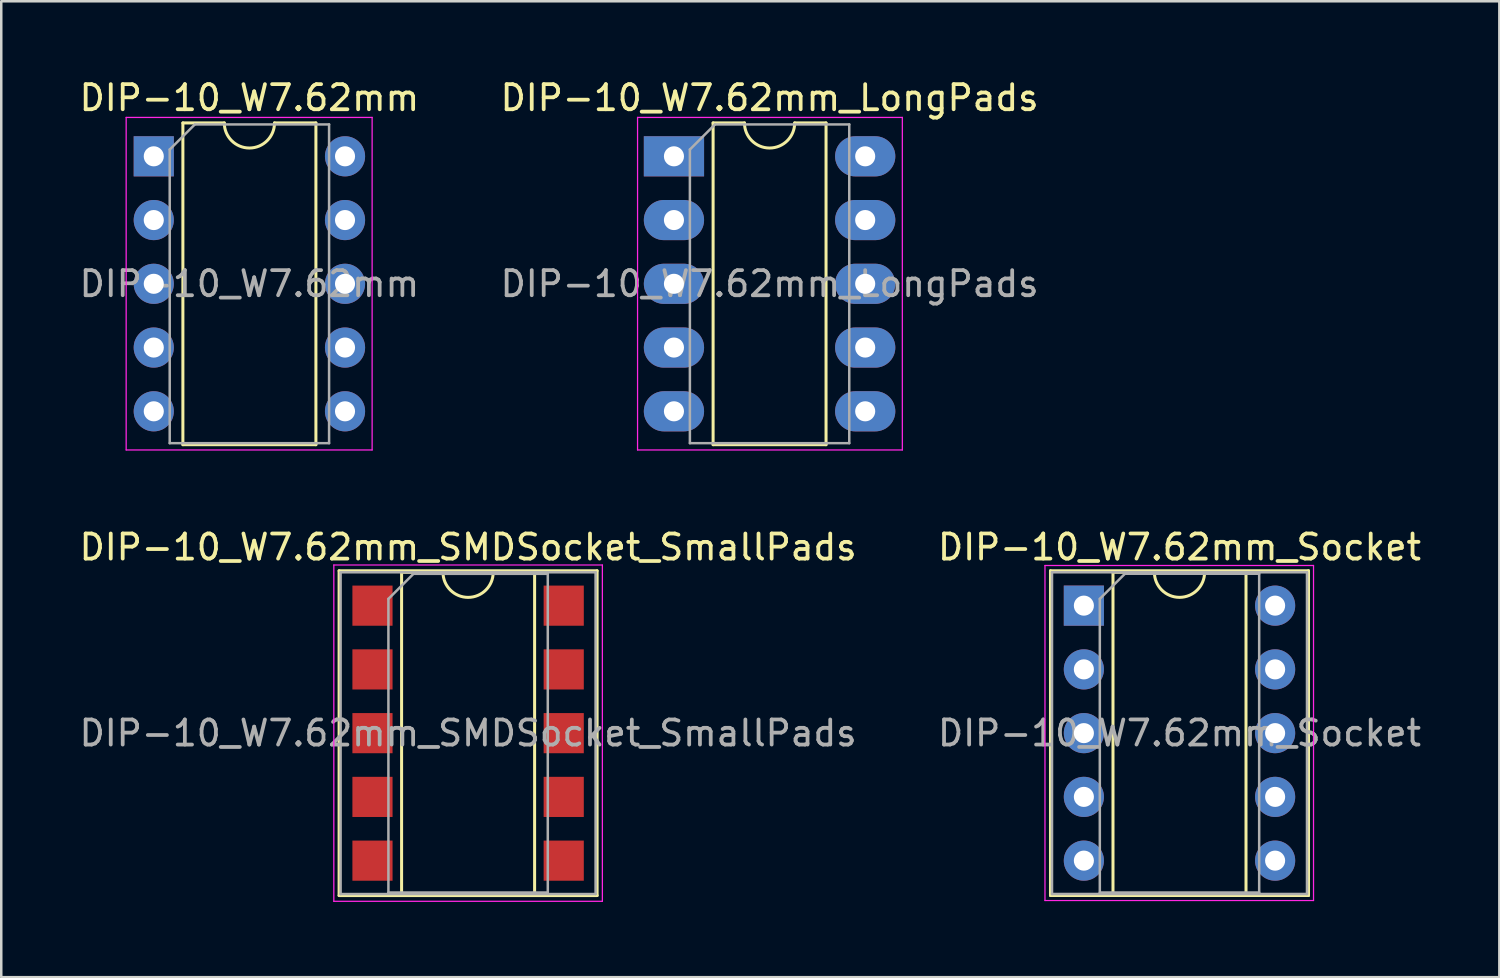
<source format=kicad_pcb>
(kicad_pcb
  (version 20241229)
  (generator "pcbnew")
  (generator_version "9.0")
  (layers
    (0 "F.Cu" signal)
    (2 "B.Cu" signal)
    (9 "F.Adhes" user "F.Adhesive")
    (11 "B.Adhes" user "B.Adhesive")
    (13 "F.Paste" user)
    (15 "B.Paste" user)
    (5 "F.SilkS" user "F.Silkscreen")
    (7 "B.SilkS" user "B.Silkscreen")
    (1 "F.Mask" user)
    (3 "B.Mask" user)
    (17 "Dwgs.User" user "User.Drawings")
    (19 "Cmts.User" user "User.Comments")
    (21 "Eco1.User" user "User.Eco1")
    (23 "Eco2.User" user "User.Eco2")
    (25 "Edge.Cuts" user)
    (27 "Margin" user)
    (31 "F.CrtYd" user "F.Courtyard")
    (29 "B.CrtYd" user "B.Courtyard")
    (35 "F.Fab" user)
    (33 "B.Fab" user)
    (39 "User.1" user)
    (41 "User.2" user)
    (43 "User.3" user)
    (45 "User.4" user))
  (footprint "DIP-10_W7.62mm"
    (layer "F.Cu")
    (at 3.077 3.178)
    (property "Reference" "DIP-10_W7.62mm" (at 3.81 -2.33 0) (layer "F.SilkS") (effects (font (size 1 1) (thickness 0.15))))
    (attr through_hole)
    (fp_line (start 1.16 -1.33) (end 1.16 11.49) (stroke (width 0.12) (type solid)) (layer "F.SilkS"))
    (fp_line (start 1.16 11.49) (end 6.46 11.49) (stroke (width 0.12) (type solid)) (layer "F.SilkS"))
    (fp_line (start 2.81 -1.33) (end 1.16 -1.33) (stroke (width 0.12) (type solid)) (layer "F.SilkS"))
    (fp_line (start 6.46 -1.33) (end 4.81 -1.33) (stroke (width 0.12) (type solid)) (layer "F.SilkS"))
    (fp_line (start 6.46 11.49) (end 6.46 -1.33) (stroke (width 0.12) (type solid)) (layer "F.SilkS"))
    (fp_arc (start 4.81 -1.33) (mid 3.81 -0.33) (end 2.81 -1.33) (stroke (width 0.12) (type solid)) (layer "F.SilkS"))
    (fp_line (start -1.1 -1.55) (end -1.1 11.7) (stroke (width 0.05) (type solid)) (layer "F.CrtYd"))
    (fp_line (start -1.1 11.7) (end 8.7 11.7) (stroke (width 0.05) (type solid)) (layer "F.CrtYd"))
    (fp_line (start 8.7 -1.55) (end -1.1 -1.55) (stroke (width 0.05) (type solid)) (layer "F.CrtYd"))
    (fp_line (start 8.7 11.7) (end 8.7 -1.55) (stroke (width 0.05) (type solid)) (layer "F.CrtYd"))
    (fp_line (start 0.635 -0.27) (end 1.635 -1.27) (stroke (width 0.1) (type solid)) (layer "F.Fab"))
    (fp_line (start 0.635 11.43) (end 0.635 -0.27) (stroke (width 0.1) (type solid)) (layer "F.Fab"))
    (fp_line (start 1.635 -1.27) (end 6.985 -1.27) (stroke (width 0.1) (type solid)) (layer "F.Fab"))
    (fp_line (start 6.985 -1.27) (end 6.985 11.43) (stroke (width 0.1) (type solid)) (layer "F.Fab"))
    (fp_line (start 6.985 11.43) (end 0.635 11.43) (stroke (width 0.1) (type solid)) (layer "F.Fab"))
    (fp_text user "${REFERENCE}" (at 3.81 5.08 0) (layer "F.Fab") (effects (font (size 1 1) (thickness 0.15))))
    (pad "1" thru_hole rect (at 0 0) (size 1.6 1.6) (drill 0.8) (layers "*.Cu" "*.Mask"))
    (pad "2" thru_hole oval (at 0 2.54) (size 1.6 1.6) (drill 0.8) (layers "*.Cu" "*.Mask"))
    (pad "3" thru_hole oval (at 0 5.08) (size 1.6 1.6) (drill 0.8) (layers "*.Cu" "*.Mask"))
    (pad "4" thru_hole oval (at 0 7.62) (size 1.6 1.6) (drill 0.8) (layers "*.Cu" "*.Mask"))
    (pad "5" thru_hole oval (at 0 10.16) (size 1.6 1.6) (drill 0.8) (layers "*.Cu" "*.Mask"))
    (pad "6" thru_hole oval (at 7.62 10.16) (size 1.6 1.6) (drill 0.8) (layers "*.Cu" "*.Mask"))
    (pad "7" thru_hole oval (at 7.62 7.62) (size 1.6 1.6) (drill 0.8) (layers "*.Cu" "*.Mask"))
    (pad "8" thru_hole oval (at 7.62 5.08) (size 1.6 1.6) (drill 0.8) (layers "*.Cu" "*.Mask"))
    (pad "9" thru_hole oval (at 7.62 2.54) (size 1.6 1.6) (drill 0.8) (layers "*.Cu" "*.Mask"))
    (pad "10" thru_hole oval (at 7.62 0) (size 1.6 1.6) (drill 0.8) (layers "*.Cu" "*.Mask")))
  (footprint "DIP-10_W7.62mm_SMDSocket_SmallPads"
    (layer "F.Cu")
    (at 15.601 26.162)
    (property "Reference" "DIP-10_W7.62mm_SMDSocket_SmallPads" (at 0 -7.41 0) (layer "F.SilkS") (effects (font (size 1 1) (thickness 0.15))))
    (attr smd)
    (fp_line (start -5.14 -6.47) (end -5.14 6.47) (stroke (width 0.12) (type solid)) (layer "F.SilkS"))
    (fp_line (start -5.14 6.47) (end 5.14 6.47) (stroke (width 0.12) (type solid)) (layer "F.SilkS"))
    (fp_line (start -2.65 -6.41) (end -2.65 6.41) (stroke (width 0.12) (type solid)) (layer "F.SilkS"))
    (fp_line (start -2.65 6.41) (end 2.65 6.41) (stroke (width 0.12) (type solid)) (layer "F.SilkS"))
    (fp_line (start -1 -6.41) (end -2.65 -6.41) (stroke (width 0.12) (type solid)) (layer "F.SilkS"))
    (fp_line (start 2.65 -6.41) (end 1 -6.41) (stroke (width 0.12) (type solid)) (layer "F.SilkS"))
    (fp_line (start 2.65 6.41) (end 2.65 -6.41) (stroke (width 0.12) (type solid)) (layer "F.SilkS"))
    (fp_line (start 5.14 -6.47) (end -5.14 -6.47) (stroke (width 0.12) (type solid)) (layer "F.SilkS"))
    (fp_line (start 5.14 6.47) (end 5.14 -6.47) (stroke (width 0.12) (type solid)) (layer "F.SilkS"))
    (fp_arc (start 1 -6.41) (mid 0 -5.41) (end -1 -6.41) (stroke (width 0.12) (type solid)) (layer "F.SilkS"))
    (fp_line (start -5.35 -6.7) (end -5.35 6.7) (stroke (width 0.05) (type solid)) (layer "F.CrtYd"))
    (fp_line (start -5.35 6.7) (end 5.35 6.7) (stroke (width 0.05) (type solid)) (layer "F.CrtYd"))
    (fp_line (start 5.35 -6.7) (end -5.35 -6.7) (stroke (width 0.05) (type solid)) (layer "F.CrtYd"))
    (fp_line (start 5.35 6.7) (end 5.35 -6.7) (stroke (width 0.05) (type solid)) (layer "F.CrtYd"))
    (fp_line (start -5.08 -6.41) (end -5.08 6.41) (stroke (width 0.1) (type solid)) (layer "F.Fab"))
    (fp_line (start -5.08 6.41) (end 5.08 6.41) (stroke (width 0.1) (type solid)) (layer "F.Fab"))
    (fp_line (start -3.175 -5.35) (end -2.175 -6.35) (stroke (width 0.1) (type solid)) (layer "F.Fab"))
    (fp_line (start -3.175 6.35) (end -3.175 -5.35) (stroke (width 0.1) (type solid)) (layer "F.Fab"))
    (fp_line (start -2.175 -6.35) (end 3.175 -6.35) (stroke (width 0.1) (type solid)) (layer "F.Fab"))
    (fp_line (start 3.175 -6.35) (end 3.175 6.35) (stroke (width 0.1) (type solid)) (layer "F.Fab"))
    (fp_line (start 3.175 6.35) (end -3.175 6.35) (stroke (width 0.1) (type solid)) (layer "F.Fab"))
    (fp_line (start 5.08 -6.41) (end -5.08 -6.41) (stroke (width 0.1) (type solid)) (layer "F.Fab"))
    (fp_line (start 5.08 6.41) (end 5.08 -6.41) (stroke (width 0.1) (type solid)) (layer "F.Fab"))
    (fp_text user "${REFERENCE}" (at 0 0 0) (layer "F.Fab") (effects (font (size 1 1) (thickness 0.15))))
    (pad "1" smd rect (at -3.81 -5.08) (size 1.6 1.6) (layers "F.Cu" "F.Mask" "F.Paste"))
    (pad "2" smd rect (at -3.81 -2.54) (size 1.6 1.6) (layers "F.Cu" "F.Mask" "F.Paste"))
    (pad "3" smd rect (at -3.81 0) (size 1.6 1.6) (layers "F.Cu" "F.Mask" "F.Paste"))
    (pad "4" smd rect (at -3.81 2.54) (size 1.6 1.6) (layers "F.Cu" "F.Mask" "F.Paste"))
    (pad "5" smd rect (at -3.81 5.08) (size 1.6 1.6) (layers "F.Cu" "F.Mask" "F.Paste"))
    (pad "6" smd rect (at 3.81 5.08) (size 1.6 1.6) (layers "F.Cu" "F.Mask" "F.Paste"))
    (pad "7" smd rect (at 3.81 2.54) (size 1.6 1.6) (layers "F.Cu" "F.Mask" "F.Paste"))
    (pad "8" smd rect (at 3.81 0) (size 1.6 1.6) (layers "F.Cu" "F.Mask" "F.Paste"))
    (pad "9" smd rect (at 3.81 -2.54) (size 1.6 1.6) (layers "F.Cu" "F.Mask" "F.Paste"))
    (pad "10" smd rect (at 3.81 -5.08) (size 1.6 1.6) (layers "F.Cu" "F.Mask" "F.Paste")))
  (footprint "DIP-10_W7.62mm_LongPads"
    (layer "F.Cu")
    (at 23.803 3.178)
    (property "Reference" "DIP-10_W7.62mm_LongPads" (at 3.81 -2.33 0) (layer "F.SilkS") (effects (font (size 1 1) (thickness 0.15))))
    (attr through_hole)
    (fp_line (start 1.56 -1.33) (end 1.56 11.49) (stroke (width 0.12) (type solid)) (layer "F.SilkS"))
    (fp_line (start 1.56 11.49) (end 6.06 11.49) (stroke (width 0.12) (type solid)) (layer "F.SilkS"))
    (fp_line (start 2.81 -1.33) (end 1.56 -1.33) (stroke (width 0.12) (type solid)) (layer "F.SilkS"))
    (fp_line (start 6.06 -1.33) (end 4.81 -1.33) (stroke (width 0.12) (type solid)) (layer "F.SilkS"))
    (fp_line (start 6.06 11.49) (end 6.06 -1.33) (stroke (width 0.12) (type solid)) (layer "F.SilkS"))
    (fp_arc (start 4.81 -1.33) (mid 3.81 -0.33) (end 2.81 -1.33) (stroke (width 0.12) (type solid)) (layer "F.SilkS"))
    (fp_line (start -1.45 -1.55) (end -1.45 11.7) (stroke (width 0.05) (type solid)) (layer "F.CrtYd"))
    (fp_line (start -1.45 11.7) (end 9.1 11.7) (stroke (width 0.05) (type solid)) (layer "F.CrtYd"))
    (fp_line (start 9.1 -1.55) (end -1.45 -1.55) (stroke (width 0.05) (type solid)) (layer "F.CrtYd"))
    (fp_line (start 9.1 11.7) (end 9.1 -1.55) (stroke (width 0.05) (type solid)) (layer "F.CrtYd"))
    (fp_line (start 0.635 -0.27) (end 1.635 -1.27) (stroke (width 0.1) (type solid)) (layer "F.Fab"))
    (fp_line (start 0.635 11.43) (end 0.635 -0.27) (stroke (width 0.1) (type solid)) (layer "F.Fab"))
    (fp_line (start 1.635 -1.27) (end 6.985 -1.27) (stroke (width 0.1) (type solid)) (layer "F.Fab"))
    (fp_line (start 6.985 -1.27) (end 6.985 11.43) (stroke (width 0.1) (type solid)) (layer "F.Fab"))
    (fp_line (start 6.985 11.43) (end 0.635 11.43) (stroke (width 0.1) (type solid)) (layer "F.Fab"))
    (fp_text user "${REFERENCE}" (at 3.81 5.08 0) (layer "F.Fab") (effects (font (size 1 1) (thickness 0.15))))
    (pad "1" thru_hole rect (at 0 0) (size 2.4 1.6) (drill 0.8) (layers "*.Cu" "*.Mask"))
    (pad "2" thru_hole oval (at 0 2.54) (size 2.4 1.6) (drill 0.8) (layers "*.Cu" "*.Mask"))
    (pad "3" thru_hole oval (at 0 5.08) (size 2.4 1.6) (drill 0.8) (layers "*.Cu" "*.Mask"))
    (pad "4" thru_hole oval (at 0 7.62) (size 2.4 1.6) (drill 0.8) (layers "*.Cu" "*.Mask"))
    (pad "5" thru_hole oval (at 0 10.16) (size 2.4 1.6) (drill 0.8) (layers "*.Cu" "*.Mask"))
    (pad "6" thru_hole oval (at 7.62 10.16) (size 2.4 1.6) (drill 0.8) (layers "*.Cu" "*.Mask"))
    (pad "7" thru_hole oval (at 7.62 7.62) (size 2.4 1.6) (drill 0.8) (layers "*.Cu" "*.Mask"))
    (pad "8" thru_hole oval (at 7.62 5.08) (size 2.4 1.6) (drill 0.8) (layers "*.Cu" "*.Mask"))
    (pad "9" thru_hole oval (at 7.62 2.54) (size 2.4 1.6) (drill 0.8) (layers "*.Cu" "*.Mask"))
    (pad "10" thru_hole oval (at 7.62 0) (size 2.4 1.6) (drill 0.8) (layers "*.Cu" "*.Mask")))
  (footprint "DIP-10_W7.62mm_Socket"
    (layer "F.Cu")
    (at 40.136 21.081)
    (property "Reference" "DIP-10_W7.62mm_Socket" (at 3.81 -2.33 0) (layer "F.SilkS") (effects (font (size 1 1) (thickness 0.15))))
    (attr through_hole)
    (fp_line (start -1.33 -1.39) (end -1.33 11.55) (stroke (width 0.12) (type solid)) (layer "F.SilkS"))
    (fp_line (start -1.33 11.55) (end 8.95 11.55) (stroke (width 0.12) (type solid)) (layer "F.SilkS"))
    (fp_line (start 1.16 -1.33) (end 1.16 11.49) (stroke (width 0.12) (type solid)) (layer "F.SilkS"))
    (fp_line (start 1.16 11.49) (end 6.46 11.49) (stroke (width 0.12) (type solid)) (layer "F.SilkS"))
    (fp_line (start 2.81 -1.33) (end 1.16 -1.33) (stroke (width 0.12) (type solid)) (layer "F.SilkS"))
    (fp_line (start 6.46 -1.33) (end 4.81 -1.33) (stroke (width 0.12) (type solid)) (layer "F.SilkS"))
    (fp_line (start 6.46 11.49) (end 6.46 -1.33) (stroke (width 0.12) (type solid)) (layer "F.SilkS"))
    (fp_line (start 8.95 -1.39) (end -1.33 -1.39) (stroke (width 0.12) (type solid)) (layer "F.SilkS"))
    (fp_line (start 8.95 11.55) (end 8.95 -1.39) (stroke (width 0.12) (type solid)) (layer "F.SilkS"))
    (fp_arc (start 4.81 -1.33) (mid 3.81 -0.33) (end 2.81 -1.33) (stroke (width 0.12) (type solid)) (layer "F.SilkS"))
    (fp_line (start -1.55 -1.6) (end -1.55 11.75) (stroke (width 0.05) (type solid)) (layer "F.CrtYd"))
    (fp_line (start -1.55 11.75) (end 9.15 11.75) (stroke (width 0.05) (type solid)) (layer "F.CrtYd"))
    (fp_line (start 9.15 -1.6) (end -1.55 -1.6) (stroke (width 0.05) (type solid)) (layer "F.CrtYd"))
    (fp_line (start 9.15 11.75) (end 9.15 -1.6) (stroke (width 0.05) (type solid)) (layer "F.CrtYd"))
    (fp_line (start -1.27 -1.33) (end -1.27 11.49) (stroke (width 0.1) (type solid)) (layer "F.Fab"))
    (fp_line (start -1.27 11.49) (end 8.89 11.49) (stroke (width 0.1) (type solid)) (layer "F.Fab"))
    (fp_line (start 0.635 -0.27) (end 1.635 -1.27) (stroke (width 0.1) (type solid)) (layer "F.Fab"))
    (fp_line (start 0.635 11.43) (end 0.635 -0.27) (stroke (width 0.1) (type solid)) (layer "F.Fab"))
    (fp_line (start 1.635 -1.27) (end 6.985 -1.27) (stroke (width 0.1) (type solid)) (layer "F.Fab"))
    (fp_line (start 6.985 -1.27) (end 6.985 11.43) (stroke (width 0.1) (type solid)) (layer "F.Fab"))
    (fp_line (start 6.985 11.43) (end 0.635 11.43) (stroke (width 0.1) (type solid)) (layer "F.Fab"))
    (fp_line (start 8.89 -1.33) (end -1.27 -1.33) (stroke (width 0.1) (type solid)) (layer "F.Fab"))
    (fp_line (start 8.89 11.49) (end 8.89 -1.33) (stroke (width 0.1) (type solid)) (layer "F.Fab"))
    (fp_text user "${REFERENCE}" (at 3.81 5.08 0) (layer "F.Fab") (effects (font (size 1 1) (thickness 0.15))))
    (pad "1" thru_hole rect (at 0 0) (size 1.6 1.6) (drill 0.8) (layers "*.Cu" "*.Mask"))
    (pad "2" thru_hole oval (at 0 2.54) (size 1.6 1.6) (drill 0.8) (layers "*.Cu" "*.Mask"))
    (pad "3" thru_hole oval (at 0 5.08) (size 1.6 1.6) (drill 0.8) (layers "*.Cu" "*.Mask"))
    (pad "4" thru_hole oval (at 0 7.62) (size 1.6 1.6) (drill 0.8) (layers "*.Cu" "*.Mask"))
    (pad "5" thru_hole oval (at 0 10.16) (size 1.6 1.6) (drill 0.8) (layers "*.Cu" "*.Mask"))
    (pad "6" thru_hole oval (at 7.62 10.16) (size 1.6 1.6) (drill 0.8) (layers "*.Cu" "*.Mask"))
    (pad "7" thru_hole oval (at 7.62 7.62) (size 1.6 1.6) (drill 0.8) (layers "*.Cu" "*.Mask"))
    (pad "8" thru_hole oval (at 7.62 5.08) (size 1.6 1.6) (drill 0.8) (layers "*.Cu" "*.Mask"))
    (pad "9" thru_hole oval (at 7.62 2.54) (size 1.6 1.6) (drill 0.8) (layers "*.Cu" "*.Mask"))
    (pad "10" thru_hole oval (at 7.62 0) (size 1.6 1.6) (drill 0.8) (layers "*.Cu" "*.Mask")))
  (gr_rect
    (start -3 -3)
    (end 56.69 35.886)
    (stroke (width 0.1) (type default))
    (fill no)
    (layer "Edge.Cuts")))
</source>
